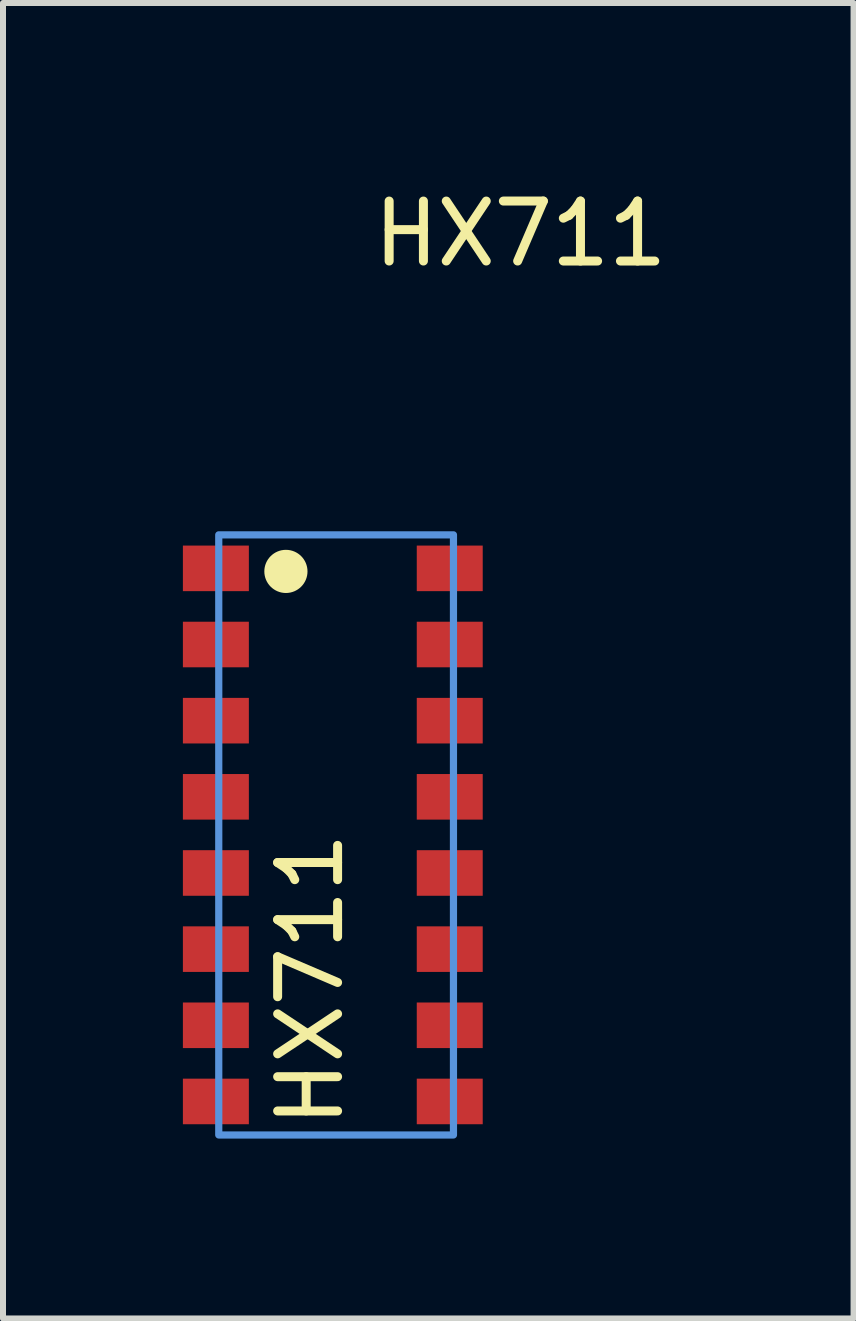
<source format=kicad_pcb>
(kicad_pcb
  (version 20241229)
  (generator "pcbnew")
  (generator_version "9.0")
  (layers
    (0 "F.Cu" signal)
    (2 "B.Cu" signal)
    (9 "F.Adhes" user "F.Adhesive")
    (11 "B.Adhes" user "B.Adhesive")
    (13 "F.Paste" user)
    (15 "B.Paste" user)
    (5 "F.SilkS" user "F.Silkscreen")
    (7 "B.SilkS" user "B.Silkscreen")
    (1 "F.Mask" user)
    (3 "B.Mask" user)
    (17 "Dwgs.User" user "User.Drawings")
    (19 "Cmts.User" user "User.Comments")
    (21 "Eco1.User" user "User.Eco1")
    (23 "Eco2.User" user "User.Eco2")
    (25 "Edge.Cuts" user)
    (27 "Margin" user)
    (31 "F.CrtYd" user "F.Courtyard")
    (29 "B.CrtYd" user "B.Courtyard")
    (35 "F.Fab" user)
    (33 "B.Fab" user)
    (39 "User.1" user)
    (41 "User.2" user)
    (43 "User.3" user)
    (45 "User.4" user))
  (footprint "HX711"
    (layer "F.Cu")
    (at 5.63 1.348)
    (property "Reference" "HX711" (at 0 -0.5 0) (unlocked yes) (layer "F.SilkS") (effects (font (size 1 1) (thickness 0.15))))
    (attr smd)
    (fp_circle (center -3.912 5.131) (end -3.612 5.131) (stroke (width 0.12) (type solid)) (fill yes) (layer "F.SilkS"))
    (fp_rect (start -5.032 4.521) (end -1.118 14.529) (stroke (width 0.12) (type solid)) (fill no) (layer "Cmts.User"))
    (fp_text user "HX711" (at -3.505 11.938 90) (unlocked yes) (layer "F.SilkS") (effects (font (size 1 1) (thickness 0.15))))
    (pad "1" smd rect (at -5.08 5.08) (size 1.1 0.76) (layers "F.Cu" "F.Mask" "F.Paste"))
    (pad "2" smd rect (at -5.08 6.35) (size 1.1 0.76) (layers "F.Cu" "F.Mask" "F.Paste"))
    (pad "3" smd rect (at -5.08 7.62) (size 1.1 0.76) (layers "F.Cu" "F.Mask" "F.Paste"))
    (pad "4" smd rect (at -5.08 8.89) (size 1.1 0.76) (layers "F.Cu" "F.Mask" "F.Paste"))
    (pad "5" smd rect (at -5.08 10.16) (size 1.1 0.76) (layers "F.Cu" "F.Mask" "F.Paste"))
    (pad "6" smd rect (at -5.08 11.43) (size 1.1 0.76) (layers "F.Cu" "F.Mask" "F.Paste"))
    (pad "7" smd rect (at -5.08 12.7) (size 1.1 0.76) (layers "F.Cu" "F.Mask" "F.Paste"))
    (pad "8" smd rect (at -5.08 13.97) (size 1.1 0.76) (layers "F.Cu" "F.Mask" "F.Paste"))
    (pad "9" smd rect (at -1.18 13.97) (size 1.1 0.76) (layers "F.Cu" "F.Mask" "F.Paste"))
    (pad "10" smd rect (at -1.18 12.7) (size 1.1 0.76) (layers "F.Cu" "F.Mask" "F.Paste"))
    (pad "11" smd rect (at -1.18 11.43) (size 1.1 0.76) (layers "F.Cu" "F.Mask" "F.Paste"))
    (pad "12" smd rect (at -1.18 10.16) (size 1.1 0.76) (layers "F.Cu" "F.Mask" "F.Paste"))
    (pad "13" smd rect (at -1.18 8.89) (size 1.1 0.76) (layers "F.Cu" "F.Mask" "F.Paste"))
    (pad "14" smd rect (at -1.18 7.62) (size 1.1 0.76) (layers "F.Cu" "F.Mask" "F.Paste"))
    (pad "15" smd rect (at -1.18 6.35) (size 1.1 0.76) (layers "F.Cu" "F.Mask" "F.Paste"))
    (pad "16" smd rect (at -1.18 5.08) (size 1.1 0.76) (layers "F.Cu" "F.Mask" "F.Paste")))
  (gr_rect
    (start -3 -3)
    (end 11.184 18.937)
    (stroke (width 0.1) (type default))
    (fill no)
    (layer "Edge.Cuts")))
</source>
